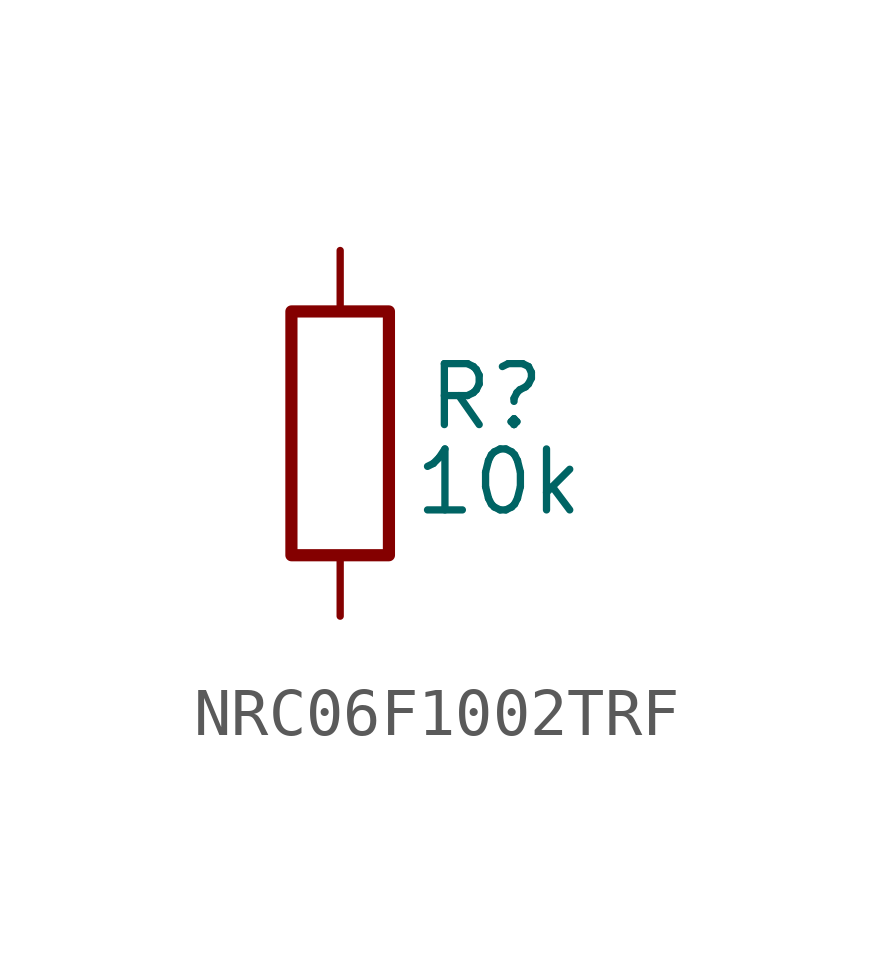
<source format=kicad_sym>
(kicad_symbol_lib
  (version 20241209)
  (generator "kicad_symbol_editor")
  (generator_version "9.0")
  (symbol "NRC06F1002TRF"
    (property "Reference" "R"
      (at 3.048 0.762 0)
      (effects (font (size 1.27 1.27))))
    (property "Value" "10k"
      (at 3.302 -1.016 0)
      (effects (font (size 1.27 1.27))))
    (symbol "NRC06F1002TRF_0_1"
      (rectangle (start -1.016 2.54) (end 1.016 -2.54) (stroke (width 0.254) (type default)) (fill (type none))))
    (symbol "NRC06F1002TRF_1_1"
      (pin passive line (at 0 3.81 270) (length 1.27) (name "~" (effects (font (size 1.27 1.27)))) (number "1" (effects (font (size 0 0)))))
      (pin passive line (at 0 -3.81 90) (length 1.27) (name "~" (effects (font (size 1.27 1.27)))) (number "2" (effects (font (size 0 0))))))))
</source>
